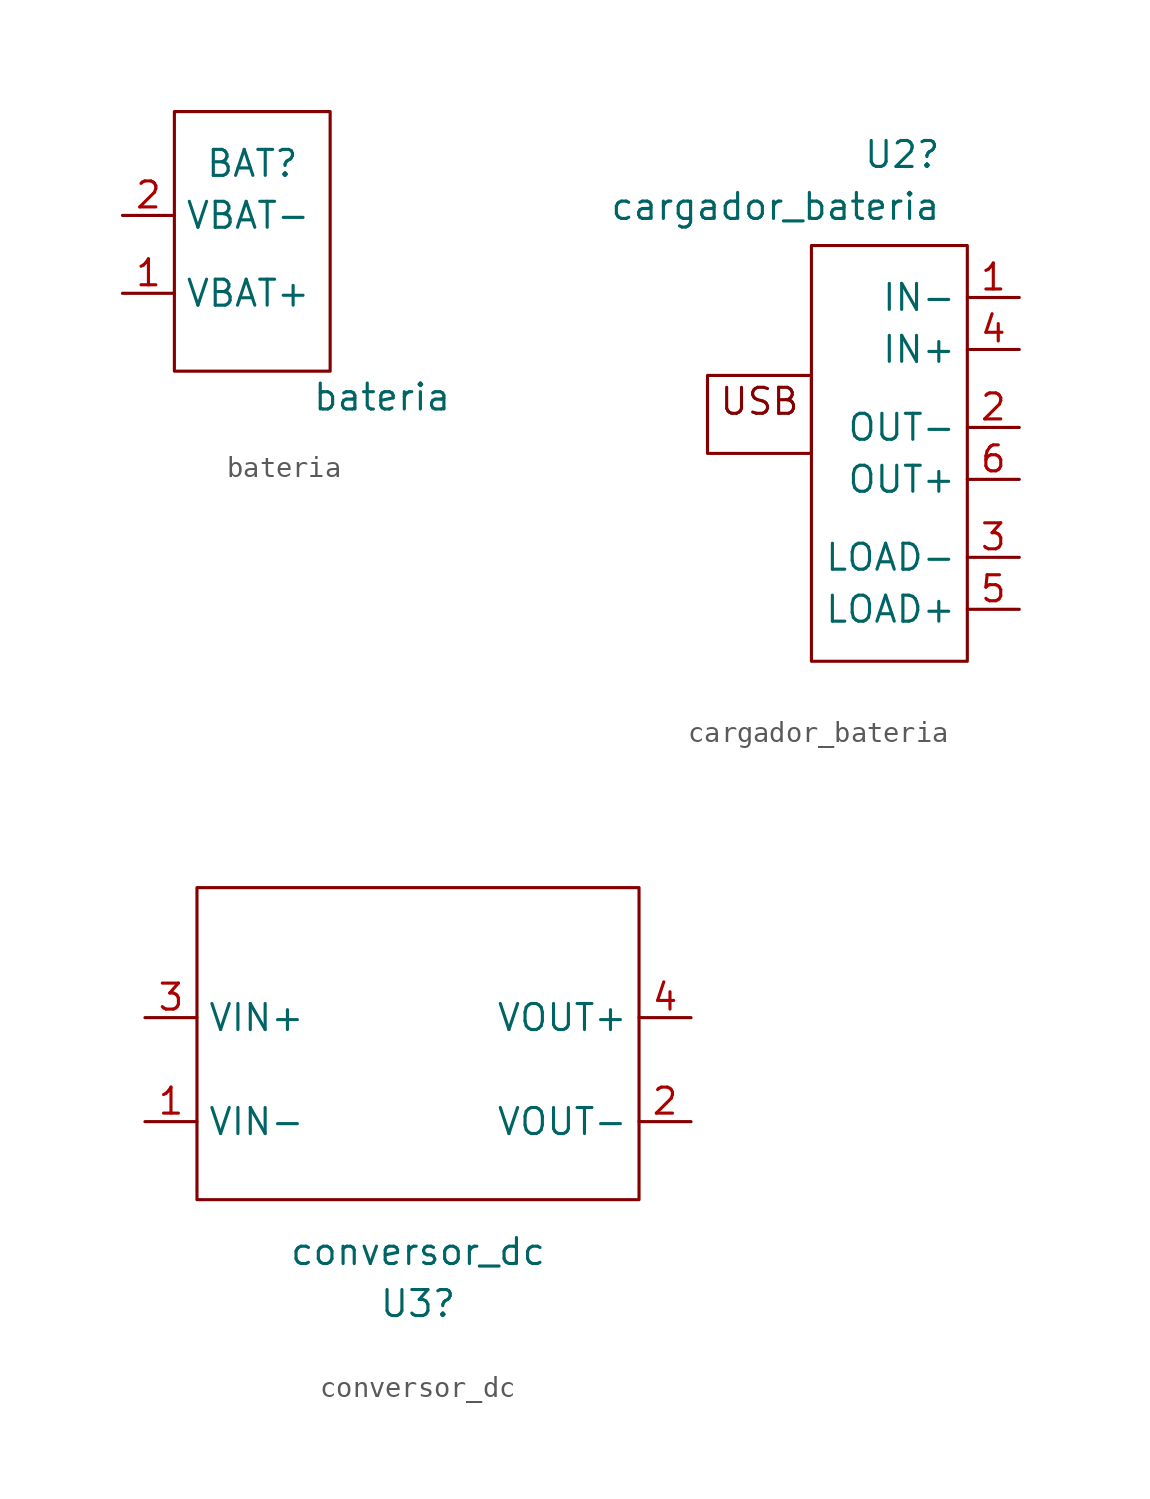
<source format=kicad_sym>
(kicad_symbol_lib
  (version 20211014)
  (generator kicad_symbol_editor)
  (symbol "bateria"
    (property "Reference" "BAT"
      (at 1.27 -2.54 0)
      (effects (font (size 1.27 1.27))))
    (property "Value" "bateria"
      (at 7.62 -13.97 0)
      (effects (font (size 1.27 1.27))))
    (symbol "bateria_0_1"
      (rectangle (start -2.54 0) (end 5.08 -12.7) (stroke (width 0) (type default) (color 0 0 0 0)) (fill (type none))))
    (symbol "bateria_1_1"
      (pin power_in line (at -5.08 -8.89 0) (length 2.54) (name "VBAT+" (effects (font (size 1.27 1.27)))) (number "1" (effects (font (size 1.27 1.27)))))
      (pin power_in line (at -5.08 -5.08 0) (length 2.54) (name "VBAT-" (effects (font (size 1.27 1.27)))) (number "2" (effects (font (size 1.27 1.27)))))))
  (symbol "cargador_bateria"
    (property "Reference" "U2"
      (at 6.35 4.445 0)
      (effects (font (size 1.27 1.27)) (justify right)))
    (property "Value" "cargador_bateria"
      (at 6.35 1.905 0)
      (effects (font (size 1.27 1.27)) (justify right)))
    (symbol "cargador_bateria_0_0"
      (text "USB" (at -2.54 -7.62 0) (effects (font (size 1.27 1.27)))))
    (symbol "cargador_bateria_0_1"
      (rectangle (start 0 -6.35) (end -5.08 -10.16) (stroke (width 0) (type default) (color 0 0 0 0)) (fill (type none)))
      (rectangle (start 0 0) (end 7.62 -20.32) (stroke (width 0) (type default) (color 0 0 0 0)) (fill (type none))))
    (symbol "cargador_bateria_1_1"
      (pin power_in line (at 10.16 -2.54 180) (length 2.54) (name "IN-" (effects (font (size 1.27 1.27)))) (number "1" (effects (font (size 1.27 1.27)))))
      (pin power_out line (at 10.16 -8.89 180) (length 2.54) (name "OUT-" (effects (font (size 1.27 1.27)))) (number "2" (effects (font (size 1.27 1.27)))))
      (pin power_out line (at 10.16 -15.24 180) (length 2.54) (name "LOAD-" (effects (font (size 1.27 1.27)))) (number "3" (effects (font (size 1.27 1.27)))))
      (pin power_in line (at 10.16 -5.08 180) (length 2.54) (name "IN+" (effects (font (size 1.27 1.27)))) (number "4" (effects (font (size 1.27 1.27)))))
      (pin power_out line (at 10.16 -17.78 180) (length 2.54) (name "LOAD+" (effects (font (size 1.27 1.27)))) (number "5" (effects (font (size 1.27 1.27)))))
      (pin power_out line (at 10.16 -11.43 180) (length 2.54) (name "OUT+" (effects (font (size 1.27 1.27)))) (number "6" (effects (font (size 1.27 1.27)))))))
  (symbol "conversor_dc"
    (property "Reference" "U3"
      (at 10.795 -20.32 0)
      (effects (font (size 1.27 1.27))))
    (property "Value" "conversor_dc"
      (at 10.795 -17.78 0)
      (effects (font (size 1.27 1.27))))
    (symbol "conversor_dc_0_1"
      (rectangle (start 0 0) (end 21.59 -15.24) (stroke (width 0) (type default) (color 0 0 0 0)) (fill (type none))))
    (symbol "conversor_dc_1_1"
      (pin power_in line (at -2.54 -11.43 0) (length 2.54) (name "VIN-" (effects (font (size 1.27 1.27)))) (number "1" (effects (font (size 1.27 1.27)))))
      (pin power_out line (at 24.13 -11.43 180) (length 2.54) (name "VOUT-" (effects (font (size 1.27 1.27)))) (number "2" (effects (font (size 1.27 1.27)))))
      (pin power_in line (at -2.54 -6.35 0) (length 2.54) (name "VIN+" (effects (font (size 1.27 1.27)))) (number "3" (effects (font (size 1.27 1.27)))))
      (pin power_out line (at 24.13 -6.35 180) (length 2.54) (name "VOUT+" (effects (font (size 1.27 1.27)))) (number "4" (effects (font (size 1.27 1.27))))))))
</source>
